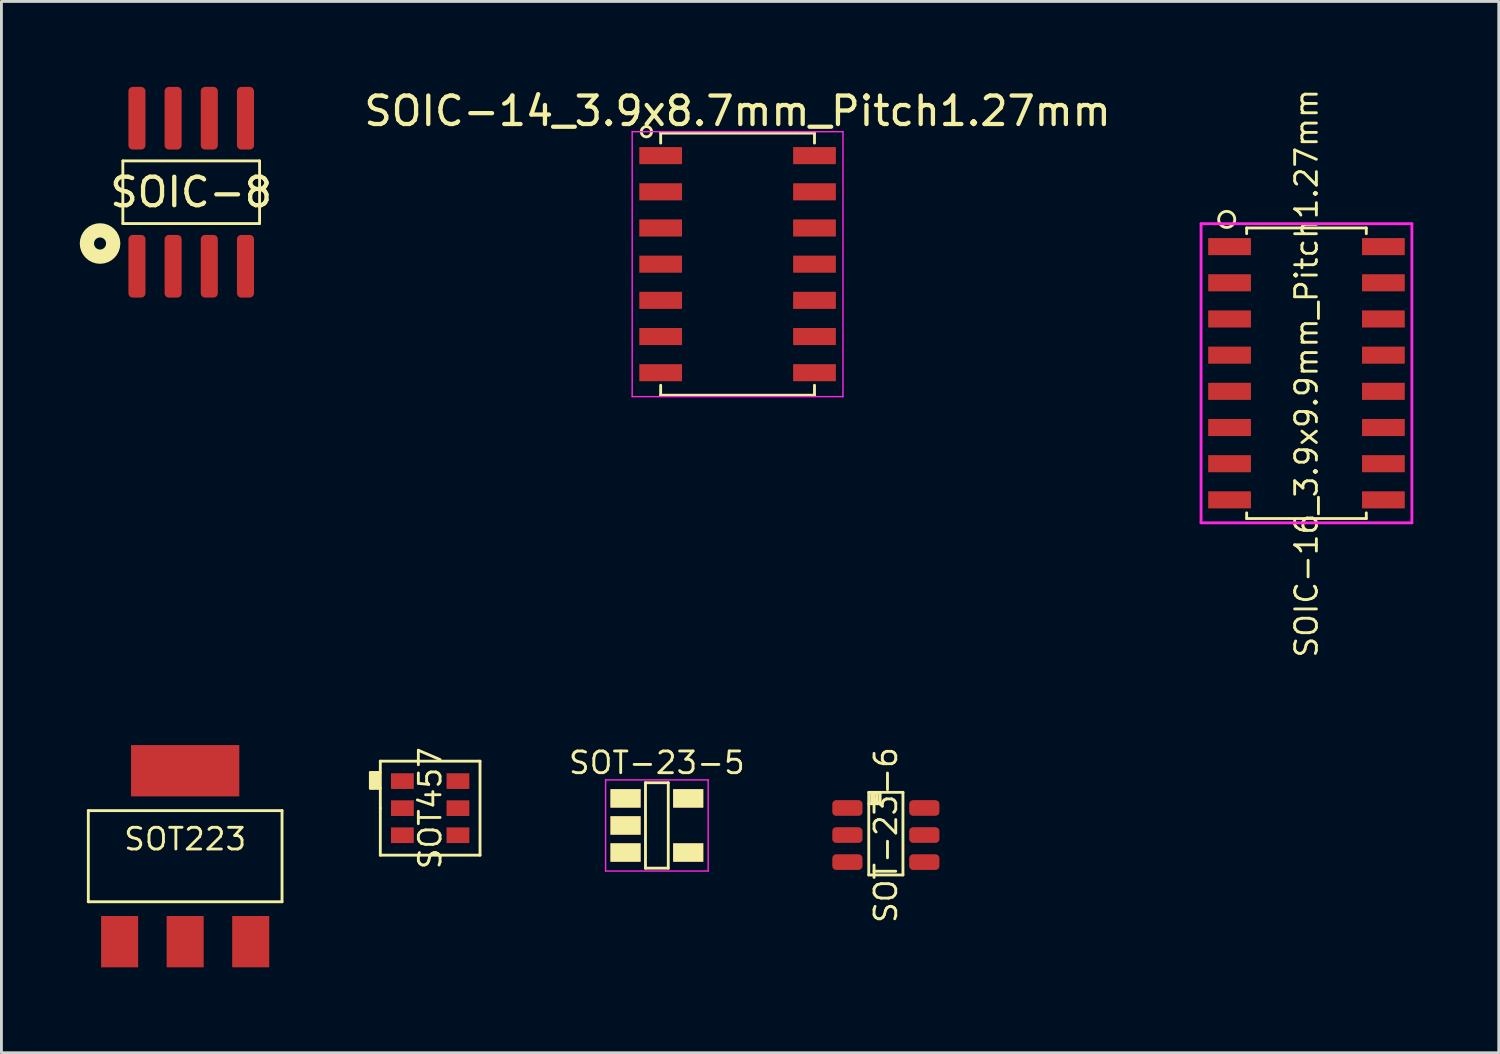
<source format=kicad_pcb>
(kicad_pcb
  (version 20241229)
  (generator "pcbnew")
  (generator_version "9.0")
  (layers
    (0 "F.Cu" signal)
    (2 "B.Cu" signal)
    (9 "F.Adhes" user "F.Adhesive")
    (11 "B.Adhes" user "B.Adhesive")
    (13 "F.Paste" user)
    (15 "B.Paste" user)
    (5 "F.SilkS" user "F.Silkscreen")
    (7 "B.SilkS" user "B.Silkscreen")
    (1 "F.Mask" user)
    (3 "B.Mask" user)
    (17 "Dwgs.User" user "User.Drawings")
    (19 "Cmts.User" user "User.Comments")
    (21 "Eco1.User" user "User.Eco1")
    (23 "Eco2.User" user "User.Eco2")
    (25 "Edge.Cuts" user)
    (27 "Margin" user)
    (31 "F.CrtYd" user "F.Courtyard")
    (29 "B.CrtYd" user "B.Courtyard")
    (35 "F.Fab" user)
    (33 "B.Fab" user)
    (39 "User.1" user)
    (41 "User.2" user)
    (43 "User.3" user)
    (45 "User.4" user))
  (footprint "SOIC-8"
    (layer "F.Cu")
    (at 3.662 3.698)
    (property "Reference" "SOIC-8" (at 0 0 180) (layer "F.SilkS") (effects (font (size 1 1) (thickness 0.15))))
    (attr smd)
    (fp_line (start -2.4 -1.1) (end -2.4 1.1) (stroke (width 0.1) (type solid)) (layer "F.SilkS"))
    (fp_line (start -2.398 -1.1) (end 2.398 -1.1) (stroke (width 0.1) (type solid)) (layer "F.SilkS"))
    (fp_line (start 2.398 1.1) (end -2.398 1.1) (stroke (width 0.1) (type solid)) (layer "F.SilkS"))
    (fp_line (start 2.4 -1.1) (end 2.4 1.1) (stroke (width 0.1) (type solid)) (layer "F.SilkS"))
    (fp_circle (center -3.2 1.8) (end -2.988 1.8) (stroke (width 0.5) (type solid)) (fill no) (layer "F.SilkS"))
    (pad "1" smd roundrect (at -1.905 2.598) (size 0.599 2.2) (layers "F.Cu" "F.Mask" "F.Paste") (roundrect_rratio 0.25))
    (pad "2" smd roundrect (at -0.635 2.598) (size 0.599 2.2) (layers "F.Cu" "F.Mask" "F.Paste") (roundrect_rratio 0.25))
    (pad "3" smd roundrect (at 0.635 2.598) (size 0.599 2.2) (layers "F.Cu" "F.Mask" "F.Paste") (roundrect_rratio 0.25))
    (pad "4" smd roundrect (at 1.905 2.598) (size 0.599 2.2) (layers "F.Cu" "F.Mask" "F.Paste") (roundrect_rratio 0.25))
    (pad "5" smd roundrect (at 1.905 -2.598) (size 0.599 2.2) (layers "F.Cu" "F.Mask" "F.Paste") (roundrect_rratio 0.25))
    (pad "6" smd roundrect (at 0.635 -2.598) (size 0.599 2.2) (layers "F.Cu" "F.Mask" "F.Paste") (roundrect_rratio 0.25))
    (pad "7" smd roundrect (at -0.635 -2.598) (size 0.599 2.2) (layers "F.Cu" "F.Mask" "F.Paste") (roundrect_rratio 0.25))
    (pad "8" smd roundrect (at -1.905 -2.598) (size 0.599 2.2) (layers "F.Cu" "F.Mask" "F.Paste") (roundrect_rratio 0.25)))
  (footprint "SOIC-14_3.9x8.7mm_Pitch1.27mm"
    (layer "F.Cu")
    (at 22.841 6.223)
    (property "Reference" "SOIC-14_3.9x8.7mm_Pitch1.27mm" (at 0 -5.375 0) (layer "F.SilkS") (effects (font (size 1 1) (thickness 0.15))))
    (attr smd)
    (fp_line (start -2.7 -4.6) (end 2.7 -4.6) (stroke (width 0.1) (type solid)) (layer "F.SilkS"))
    (fp_line (start -2.7 -4.25) (end -2.7 -4.6) (stroke (width 0.1) (type solid)) (layer "F.SilkS"))
    (fp_line (start -2.7 4.25) (end -2.7 4.6) (stroke (width 0.1) (type solid)) (layer "F.SilkS"))
    (fp_line (start -2.7 4.6) (end 2.7 4.6) (stroke (width 0.1) (type solid)) (layer "F.SilkS"))
    (fp_line (start 2.7 -4.6) (end 2.7 -4.25) (stroke (width 0.1) (type solid)) (layer "F.SilkS"))
    (fp_line (start 2.7 4.6) (end 2.7 4.25) (stroke (width 0.1) (type solid)) (layer "F.SilkS"))
    (fp_circle (center -3.2 -4.65) (end -3.35 -4.75) (stroke (width 0.1) (type solid)) (fill no) (layer "F.SilkS"))
    (fp_line (start -3.7 -4.65) (end -3.7 4.65) (stroke (width 0.05) (type solid)) (layer "F.CrtYd"))
    (fp_line (start -3.7 -4.65) (end 3.7 -4.65) (stroke (width 0.05) (type solid)) (layer "F.CrtYd"))
    (fp_line (start -3.7 4.65) (end 3.7 4.65) (stroke (width 0.05) (type solid)) (layer "F.CrtYd"))
    (fp_line (start 3.7 -4.65) (end 3.7 4.65) (stroke (width 0.05) (type solid)) (layer "F.CrtYd"))
    (pad "1" smd rect (at -2.7 -3.81) (size 1.5 0.6) (layers "F.Cu" "F.Mask" "F.Paste"))
    (pad "2" smd rect (at -2.7 -2.54) (size 1.5 0.6) (layers "F.Cu" "F.Mask" "F.Paste"))
    (pad "3" smd rect (at -2.7 -1.27) (size 1.5 0.6) (layers "F.Cu" "F.Mask" "F.Paste"))
    (pad "4" smd rect (at -2.7 0) (size 1.5 0.6) (layers "F.Cu" "F.Mask" "F.Paste"))
    (pad "5" smd rect (at -2.7 1.27) (size 1.5 0.6) (layers "F.Cu" "F.Mask" "F.Paste"))
    (pad "6" smd rect (at -2.7 2.54) (size 1.5 0.6) (layers "F.Cu" "F.Mask" "F.Paste"))
    (pad "7" smd rect (at -2.7 3.81) (size 1.5 0.6) (layers "F.Cu" "F.Mask" "F.Paste"))
    (pad "8" smd rect (at 2.7 3.81) (size 1.5 0.6) (layers "F.Cu" "F.Mask" "F.Paste"))
    (pad "9" smd rect (at 2.7 2.54) (size 1.5 0.6) (layers "F.Cu" "F.Mask" "F.Paste"))
    (pad "10" smd rect (at 2.7 1.27) (size 1.5 0.6) (layers "F.Cu" "F.Mask" "F.Paste"))
    (pad "11" smd rect (at 2.7 0) (size 1.5 0.6) (layers "F.Cu" "F.Mask" "F.Paste"))
    (pad "12" smd rect (at 2.7 -1.27) (size 1.5 0.6) (layers "F.Cu" "F.Mask" "F.Paste"))
    (pad "13" smd rect (at 2.7 -2.54) (size 1.5 0.6) (layers "F.Cu" "F.Mask" "F.Paste"))
    (pad "14" smd rect (at 2.7 -3.81) (size 1.5 0.6) (layers "F.Cu" "F.Mask" "F.Paste")))
  (footprint "SOT-23-6"
    (layer "F.Cu")
    (at 28.046 26.263)
    (property "Reference" "SOT-23-6" (at 0 0 90) (layer "F.SilkS") (effects (font (size 0.762 0.762) (thickness 0.1))))
    (attr smd)
    (fp_line (start -0.6 -1.5) (end -0.6 1.4) (stroke (width 0.1) (type solid)) (layer "F.SilkS"))
    (fp_line (start -0.6 -1.5) (end 0.6 -1.5) (stroke (width 0.1) (type solid)) (layer "F.SilkS"))
    (fp_line (start -0.6 -1.1) (end -0.2 -1.1) (stroke (width 0.1) (type solid)) (layer "F.SilkS"))
    (fp_line (start -0.6 1.4) (end 0.6 1.4) (stroke (width 0.1) (type solid)) (layer "F.SilkS"))
    (fp_line (start -0.5 -1.5) (end -0.5 -1.1) (stroke (width 0.1) (type solid)) (layer "F.SilkS"))
    (fp_line (start -0.4 -1.1) (end -0.4 -1.5) (stroke (width 0.1) (type solid)) (layer "F.SilkS"))
    (fp_line (start -0.3 -1.5) (end -0.3 -1.1) (stroke (width 0.1) (type solid)) (layer "F.SilkS"))
    (fp_line (start -0.2 -1.1) (end -0.2 -1.5) (stroke (width 0.1) (type solid)) (layer "F.SilkS"))
    (fp_line (start 0.6 -1.5) (end 0.6 1.4) (stroke (width 0.1) (type solid)) (layer "F.SilkS"))
    (pad "1" smd roundrect (at -1.35 -0.95) (size 1.06 0.55) (layers "F.Cu" "F.Mask" "F.Paste") (roundrect_rratio 0.25))
    (pad "2" smd roundrect (at -1.35 0) (size 1.06 0.55) (layers "F.Cu" "F.Mask" "F.Paste") (roundrect_rratio 0.25))
    (pad "3" smd roundrect (at -1.35 0.95) (size 1.06 0.55) (layers "F.Cu" "F.Mask" "F.Paste") (roundrect_rratio 0.25))
    (pad "4" smd roundrect (at 1.35 0.95) (size 1.06 0.55) (layers "F.Cu" "F.Mask" "F.Paste") (roundrect_rratio 0.25))
    (pad "5" smd roundrect (at 1.35 0) (size 1.06 0.55) (layers "F.Cu" "F.Mask" "F.Paste") (roundrect_rratio 0.25))
    (pad "6" smd roundrect (at 1.35 -0.95) (size 1.06 0.55) (layers "F.Cu" "F.Mask" "F.Paste") (roundrect_rratio 0.25)))
  (footprint "SOT223"
    (layer "F.Cu")
    (at 3.45 27.005)
    (property "Reference" "SOT223" (at 0 -0.6 0) (layer "F.SilkS") (effects (font (size 0.762 0.762) (thickness 0.1))))
    (attr through_hole)
    (fp_line (start -3.4 -1.6) (end -3.4 1.6) (stroke (width 0.1) (type solid)) (layer "F.SilkS"))
    (fp_line (start -3.4 -1.6) (end 3.4 -1.6) (stroke (width 0.1) (type solid)) (layer "F.SilkS"))
    (fp_line (start -3.4 1.6) (end 3.4 1.6) (stroke (width 0.1) (type solid)) (layer "F.SilkS"))
    (fp_line (start 3.4 -1.6) (end 3.4 1.6) (stroke (width 0.1) (type solid)) (layer "F.SilkS"))
    (pad "1" smd rect (at -2.301 3) (size 1.3 1.801) (layers "F.Cu" "F.Mask" "F.Paste"))
    (pad "2" smd rect (at 0 3) (size 1.3 1.801) (layers "F.Cu" "F.Mask" "F.Paste"))
    (pad "3" smd rect (at 2.301 3) (size 1.3 1.801) (layers "F.Cu" "F.Mask" "F.Paste"))
    (pad "4" smd rect (at 0 -3) (size 3.8 1.801) (layers "F.Cu" "F.Mask" "F.Paste")))
  (footprint "SOT-23-5"
    (layer "F.Cu")
    (at 20.008 25.926)
    (property "Reference" "SOT-23-5" (at 0 -2.2 0) (layer "F.SilkS") (effects (font (size 0.762 0.762) (thickness 0.1))))
    (attr smd)
    (fp_line (start -0.4 -1.5) (end 0.4 -1.5) (stroke (width 0.1) (type solid)) (layer "F.SilkS"))
    (fp_line (start -0.4 1.5) (end -0.4 -1.5) (stroke (width 0.1) (type solid)) (layer "F.SilkS"))
    (fp_line (start -0.4 1.5) (end 0.4 1.5) (stroke (width 0.1) (type solid)) (layer "F.SilkS"))
    (fp_line (start 0.4 -1.5) (end 0.4 1.5) (stroke (width 0.1) (type solid)) (layer "F.SilkS"))
    (fp_line (start -1.8 -1.6) (end 1.8 -1.6) (stroke (width 0.05) (type solid)) (layer "F.CrtYd"))
    (fp_line (start -1.8 1.6) (end -1.8 -1.6) (stroke (width 0.05) (type solid)) (layer "F.CrtYd"))
    (fp_line (start 1.8 -1.6) (end 1.8 1.6) (stroke (width 0.05) (type solid)) (layer "F.CrtYd"))
    (fp_line (start 1.8 1.6) (end -1.8 1.6) (stroke (width 0.05) (type solid)) (layer "F.CrtYd"))
    (pad "1" smd rect (at -1.1 -0.95) (size 1.06 0.65) (layers "F.Cu" "F.Mask" "F.SilkS" "F.Paste"))
    (pad "2" smd rect (at -1.1 0) (size 1.06 0.65) (layers "F.Cu" "F.Mask" "F.SilkS" "F.Paste"))
    (pad "3" smd rect (at -1.1 0.95) (size 1.06 0.65) (layers "F.Cu" "F.Mask" "F.SilkS" "F.Paste"))
    (pad "4" smd rect (at 1.1 0.95) (size 1.06 0.65) (layers "F.Cu" "F.Mask" "F.SilkS" "F.Paste"))
    (pad "5" smd rect (at 1.1 -0.95) (size 1.06 0.65) (layers "F.Cu" "F.Mask" "F.SilkS" "F.Paste")))
  (footprint "SOIC-16_3.9x9.9mm_Pitch1.27mm"
    (layer "F.Cu")
    (at 42.811 10.052)
    (property "Reference" "SOIC-16_3.9x9.9mm_Pitch1.27mm" (at 0 0 90) (layer "F.SilkS") (effects (font (size 0.762 0.762) (thickness 0.1))))
    (attr smd)
    (fp_line (start -2.1 -5.1) (end 2.1 -5.1) (stroke (width 0.1) (type solid)) (layer "F.SilkS"))
    (fp_line (start -2.1 -4.9) (end -2.1 -5.1) (stroke (width 0.1) (type solid)) (layer "F.SilkS"))
    (fp_line (start -2.1 5.1) (end -2.1 4.9) (stroke (width 0.1) (type solid)) (layer "F.SilkS"))
    (fp_line (start 2.1 -5.1) (end 2.1 -4.9) (stroke (width 0.1) (type solid)) (layer "F.SilkS"))
    (fp_line (start 2.1 4.9) (end 2.1 5.1) (stroke (width 0.1) (type solid)) (layer "F.SilkS"))
    (fp_line (start 2.1 5.1) (end -2.1 5.1) (stroke (width 0.1) (type solid)) (layer "F.SilkS"))
    (fp_circle (center -2.8 -5.4) (end -3 -5.6) (stroke (width 0.1) (type solid)) (fill no) (layer "F.SilkS"))
    (fp_line (start -3.7 -5.25) (end -3.7 5.25) (stroke (width 0.1) (type solid)) (layer "F.CrtYd"))
    (fp_line (start -3.7 -5.25) (end 3.7 -5.25) (stroke (width 0.1) (type solid)) (layer "F.CrtYd"))
    (fp_line (start -3.7 5.25) (end 3.7 5.25) (stroke (width 0.1) (type solid)) (layer "F.CrtYd"))
    (fp_line (start 3.7 -5.25) (end 3.7 5.25) (stroke (width 0.1) (type solid)) (layer "F.CrtYd"))
    (pad "1" smd rect (at -2.7 -4.445) (size 1.5 0.6) (layers "F.Cu" "F.Mask" "F.Paste"))
    (pad "2" smd rect (at -2.7 -3.175) (size 1.5 0.6) (layers "F.Cu" "F.Mask" "F.Paste"))
    (pad "3" smd rect (at -2.7 -1.905) (size 1.5 0.6) (layers "F.Cu" "F.Mask" "F.Paste"))
    (pad "4" smd rect (at -2.7 -0.635) (size 1.5 0.6) (layers "F.Cu" "F.Mask" "F.Paste"))
    (pad "5" smd rect (at -2.7 0.635) (size 1.5 0.6) (layers "F.Cu" "F.Mask" "F.Paste"))
    (pad "6" smd rect (at -2.7 1.905) (size 1.5 0.6) (layers "F.Cu" "F.Mask" "F.Paste"))
    (pad "7" smd rect (at -2.7 3.175) (size 1.5 0.6) (layers "F.Cu" "F.Mask" "F.Paste"))
    (pad "8" smd rect (at -2.7 4.445) (size 1.5 0.6) (layers "F.Cu" "F.Mask" "F.Paste"))
    (pad "9" smd rect (at 2.7 4.445) (size 1.5 0.6) (layers "F.Cu" "F.Mask" "F.Paste"))
    (pad "10" smd rect (at 2.7 3.175) (size 1.5 0.6) (layers "F.Cu" "F.Mask" "F.Paste"))
    (pad "11" smd rect (at 2.7 1.905) (size 1.5 0.6) (layers "F.Cu" "F.Mask" "F.Paste"))
    (pad "12" smd rect (at 2.7 0.635) (size 1.5 0.6) (layers "F.Cu" "F.Mask" "F.Paste"))
    (pad "13" smd rect (at 2.7 -0.635) (size 1.5 0.6) (layers "F.Cu" "F.Mask" "F.Paste"))
    (pad "14" smd rect (at 2.7 -1.905) (size 1.5 0.6) (layers "F.Cu" "F.Mask" "F.Paste"))
    (pad "15" smd rect (at 2.7 -3.175) (size 1.5 0.6) (layers "F.Cu" "F.Mask" "F.Paste"))
    (pad "16" smd rect (at 2.7 -4.445) (size 1.5 0.6) (layers "F.Cu" "F.Mask" "F.Paste")))
  (footprint "SOT457"
    (layer "F.Cu")
    (at 12.05 25.319)
    (property "Reference" "SOT457" (at 0 0 90) (layer "F.SilkS") (effects (font (size 0.762 0.762) (thickness 0.1))))
    (attr through_hole)
    (fp_line (start -2.1 -1.25) (end -2.1 -0.7) (stroke (width 0.1) (type solid)) (layer "F.SilkS"))
    (fp_line (start -2.1 -0.7) (end -1.75 -0.7) (stroke (width 0.1) (type solid)) (layer "F.SilkS"))
    (fp_line (start -2.05 -1.25) (end -2.05 -0.7) (stroke (width 0.1) (type solid)) (layer "F.SilkS"))
    (fp_line (start -2 -0.7) (end -2 -1.25) (stroke (width 0.1) (type solid)) (layer "F.SilkS"))
    (fp_line (start -1.95 -1.25) (end -1.95 -0.7) (stroke (width 0.1) (type solid)) (layer "F.SilkS"))
    (fp_line (start -1.9 -0.75) (end -1.9 -1.25) (stroke (width 0.1) (type solid)) (layer "F.SilkS"))
    (fp_line (start -1.85 -1.25) (end -1.85 -0.7) (stroke (width 0.1) (type solid)) (layer "F.SilkS"))
    (fp_line (start -1.8 -0.7) (end -1.8 -1.25) (stroke (width 0.1) (type solid)) (layer "F.SilkS"))
    (fp_line (start -1.75 -1.65) (end 1.75 -1.65) (stroke (width 0.1) (type solid)) (layer "F.SilkS"))
    (fp_line (start -1.75 -1.25) (end -2.1 -1.25) (stroke (width 0.1) (type solid)) (layer "F.SilkS"))
    (fp_line (start -1.75 0) (end -1.75 -1.65) (stroke (width 0.1) (type solid)) (layer "F.SilkS"))
    (fp_line (start -1.75 1.65) (end -1.75 0) (stroke (width 0.1) (type solid)) (layer "F.SilkS"))
    (fp_line (start 1.75 -1.65) (end 1.75 1.65) (stroke (width 0.1) (type solid)) (layer "F.SilkS"))
    (fp_line (start 1.75 1.65) (end -1.75 1.65) (stroke (width 0.1) (type solid)) (layer "F.SilkS"))
    (pad "1" smd rect (at -0.975 -0.95) (size 0.8 0.55) (layers "F.Cu" "F.Mask" "F.Paste"))
    (pad "2" smd rect (at -0.975 0) (size 0.8 0.55) (layers "F.Cu" "F.Mask" "F.Paste"))
    (pad "3" smd rect (at -0.975 0.95) (size 0.8 0.55) (layers "F.Cu" "F.Mask" "F.Paste"))
    (pad "4" smd rect (at 0.975 0.95) (size 0.8 0.55) (layers "F.Cu" "F.Mask" "F.Paste"))
    (pad "5" smd rect (at 0.975 0) (size 0.8 0.55) (layers "F.Cu" "F.Mask" "F.Paste"))
    (pad "6" smd rect (at 0.975 -0.95) (size 0.8 0.55) (layers "F.Cu" "F.Mask" "F.Paste")))
  (gr_rect
    (start -3 -3)
    (end 49.561 33.905)
    (stroke (width 0.1) (type default))
    (fill no)
    (layer "Edge.Cuts")))
</source>
